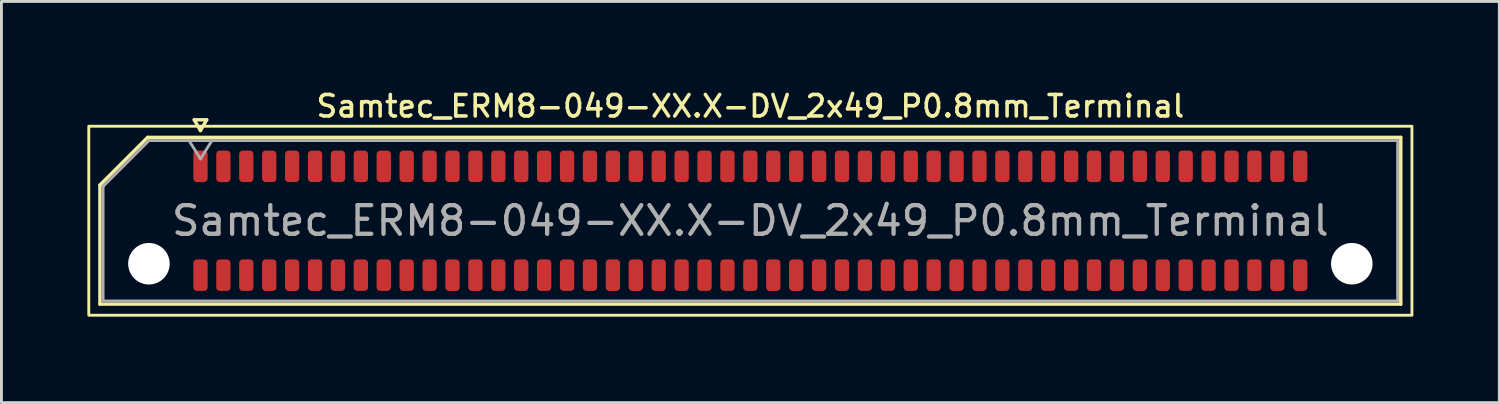
<source format=kicad_pcb>
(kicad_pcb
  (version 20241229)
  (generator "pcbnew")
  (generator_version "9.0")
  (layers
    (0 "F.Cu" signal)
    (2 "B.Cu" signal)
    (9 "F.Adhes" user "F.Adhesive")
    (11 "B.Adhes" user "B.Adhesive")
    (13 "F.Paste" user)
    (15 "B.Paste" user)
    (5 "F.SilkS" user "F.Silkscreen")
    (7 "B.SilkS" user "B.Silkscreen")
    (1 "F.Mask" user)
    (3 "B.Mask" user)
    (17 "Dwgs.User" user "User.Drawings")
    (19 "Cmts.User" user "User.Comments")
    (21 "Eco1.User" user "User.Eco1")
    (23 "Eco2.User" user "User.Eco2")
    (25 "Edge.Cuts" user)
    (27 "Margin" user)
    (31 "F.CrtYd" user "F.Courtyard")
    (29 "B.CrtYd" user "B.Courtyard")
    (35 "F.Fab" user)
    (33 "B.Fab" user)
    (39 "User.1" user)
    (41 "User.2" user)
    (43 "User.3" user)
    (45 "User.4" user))
  (footprint "Samtec_ERM8-049-XX.X-DV_2x49_P0.8mm_Terminal"
    (layer "F.Cu")
    (at 23.15 4.658)
    (property "Reference" "Samtec_ERM8-049-XX.X-DV_2x49_P0.8mm_Terminal" (at 0 -4 0) (layer "F.SilkS") (effects (font (size 0.75 0.75) (thickness 0.125))))
    (attr smd)
    (fp_line (start -22.71 -1.246) (end -21.046 -2.91) (stroke (width 0.12) (type solid)) (layer "F.SilkS"))
    (fp_line (start -22.71 2.91) (end -22.71 -1.246) (stroke (width 0.12) (type solid)) (layer "F.SilkS"))
    (fp_line (start -21.046 -2.91) (end 22.71 -2.91) (stroke (width 0.12) (type solid)) (layer "F.SilkS"))
    (fp_line (start -19.417 -3.525) (end -19.2 -3.15) (stroke (width 0.12) (type solid)) (layer "F.SilkS"))
    (fp_line (start -19.2 -3.15) (end -18.983 -3.525) (stroke (width 0.12) (type solid)) (layer "F.SilkS"))
    (fp_line (start -18.983 -3.525) (end -19.417 -3.525) (stroke (width 0.12) (type solid)) (layer "F.SilkS"))
    (fp_line (start 22.71 -2.91) (end 22.71 2.91) (stroke (width 0.12) (type solid)) (layer "F.SilkS"))
    (fp_line (start 22.71 2.91) (end -22.71 2.91) (stroke (width 0.12) (type solid)) (layer "F.SilkS"))
    (fp_rect (start -23.1 -3.3) (end 23.1 3.3) (stroke (width 0.1) (type solid)) (fill no) (layer "F.SilkS"))
    (fp_line (start -22.6 -1.2) (end -21 -2.8) (stroke (width 0.1) (type solid)) (layer "F.Fab"))
    (fp_line (start -22.6 2.8) (end -22.6 -1.2) (stroke (width 0.1) (type solid)) (layer "F.Fab"))
    (fp_line (start -21 -2.8) (end 22.6 -2.8) (stroke (width 0.1) (type solid)) (layer "F.Fab"))
    (fp_line (start -19.6 -2.8) (end -19.2 -2.16) (stroke (width 0.1) (type solid)) (layer "F.Fab"))
    (fp_line (start -19.2 -2.16) (end -18.8 -2.8) (stroke (width 0.1) (type solid)) (layer "F.Fab"))
    (fp_line (start 22.6 -2.8) (end 22.6 2.8) (stroke (width 0.1) (type solid)) (layer "F.Fab"))
    (fp_line (start 22.6 2.8) (end -22.6 2.8) (stroke (width 0.1) (type solid)) (layer "F.Fab"))
    (fp_text user "${REFERENCE}" (at 0 0 0) (layer "F.Fab") (effects (font (size 1 1) (thickness 0.15))))
    (pad "" np_thru_hole circle (at -21 1.5) (size 1.45 1.45) (drill 1.45) (layers "*.Cu" "*.Mask"))
    (pad "" np_thru_hole circle (at 21 1.5) (size 1.45 1.45) (drill 1.45) (layers "*.Cu" "*.Mask"))
    (pad "1" smd roundrect (at -19.2 -1.9) (size 0.5 1.1) (layers "F.Cu" "F.Mask" "F.Paste") (roundrect_rratio 0.25))
    (pad "2" smd roundrect (at -19.2 1.9) (size 0.5 1.1) (layers "F.Cu" "F.Mask" "F.Paste") (roundrect_rratio 0.25))
    (pad "3" smd roundrect (at -18.4 -1.9) (size 0.5 1.1) (layers "F.Cu" "F.Mask" "F.Paste") (roundrect_rratio 0.25))
    (pad "4" smd roundrect (at -18.4 1.9) (size 0.5 1.1) (layers "F.Cu" "F.Mask" "F.Paste") (roundrect_rratio 0.25))
    (pad "5" smd roundrect (at -17.6 -1.9) (size 0.5 1.1) (layers "F.Cu" "F.Mask" "F.Paste") (roundrect_rratio 0.25))
    (pad "6" smd roundrect (at -17.6 1.9) (size 0.5 1.1) (layers "F.Cu" "F.Mask" "F.Paste") (roundrect_rratio 0.25))
    (pad "7" smd roundrect (at -16.8 -1.9) (size 0.5 1.1) (layers "F.Cu" "F.Mask" "F.Paste") (roundrect_rratio 0.25))
    (pad "8" smd roundrect (at -16.8 1.9) (size 0.5 1.1) (layers "F.Cu" "F.Mask" "F.Paste") (roundrect_rratio 0.25))
    (pad "9" smd roundrect (at -16 -1.9) (size 0.5 1.1) (layers "F.Cu" "F.Mask" "F.Paste") (roundrect_rratio 0.25))
    (pad "10" smd roundrect (at -16 1.9) (size 0.5 1.1) (layers "F.Cu" "F.Mask" "F.Paste") (roundrect_rratio 0.25))
    (pad "11" smd roundrect (at -15.2 -1.9) (size 0.5 1.1) (layers "F.Cu" "F.Mask" "F.Paste") (roundrect_rratio 0.25))
    (pad "12" smd roundrect (at -15.2 1.9) (size 0.5 1.1) (layers "F.Cu" "F.Mask" "F.Paste") (roundrect_rratio 0.25))
    (pad "13" smd roundrect (at -14.4 -1.9) (size 0.5 1.1) (layers "F.Cu" "F.Mask" "F.Paste") (roundrect_rratio 0.25))
    (pad "14" smd roundrect (at -14.4 1.9) (size 0.5 1.1) (layers "F.Cu" "F.Mask" "F.Paste") (roundrect_rratio 0.25))
    (pad "15" smd roundrect (at -13.6 -1.9) (size 0.5 1.1) (layers "F.Cu" "F.Mask" "F.Paste") (roundrect_rratio 0.25))
    (pad "16" smd roundrect (at -13.6 1.9) (size 0.5 1.1) (layers "F.Cu" "F.Mask" "F.Paste") (roundrect_rratio 0.25))
    (pad "17" smd roundrect (at -12.8 -1.9) (size 0.5 1.1) (layers "F.Cu" "F.Mask" "F.Paste") (roundrect_rratio 0.25))
    (pad "18" smd roundrect (at -12.8 1.9) (size 0.5 1.1) (layers "F.Cu" "F.Mask" "F.Paste") (roundrect_rratio 0.25))
    (pad "19" smd roundrect (at -12 -1.9) (size 0.5 1.1) (layers "F.Cu" "F.Mask" "F.Paste") (roundrect_rratio 0.25))
    (pad "20" smd roundrect (at -12 1.9) (size 0.5 1.1) (layers "F.Cu" "F.Mask" "F.Paste") (roundrect_rratio 0.25))
    (pad "21" smd roundrect (at -11.2 -1.9) (size 0.5 1.1) (layers "F.Cu" "F.Mask" "F.Paste") (roundrect_rratio 0.25))
    (pad "22" smd roundrect (at -11.2 1.9) (size 0.5 1.1) (layers "F.Cu" "F.Mask" "F.Paste") (roundrect_rratio 0.25))
    (pad "23" smd roundrect (at -10.4 -1.9) (size 0.5 1.1) (layers "F.Cu" "F.Mask" "F.Paste") (roundrect_rratio 0.25))
    (pad "24" smd roundrect (at -10.4 1.9) (size 0.5 1.1) (layers "F.Cu" "F.Mask" "F.Paste") (roundrect_rratio 0.25))
    (pad "25" smd roundrect (at -9.6 -1.9) (size 0.5 1.1) (layers "F.Cu" "F.Mask" "F.Paste") (roundrect_rratio 0.25))
    (pad "26" smd roundrect (at -9.6 1.9) (size 0.5 1.1) (layers "F.Cu" "F.Mask" "F.Paste") (roundrect_rratio 0.25))
    (pad "27" smd roundrect (at -8.8 -1.9) (size 0.5 1.1) (layers "F.Cu" "F.Mask" "F.Paste") (roundrect_rratio 0.25))
    (pad "28" smd roundrect (at -8.8 1.9) (size 0.5 1.1) (layers "F.Cu" "F.Mask" "F.Paste") (roundrect_rratio 0.25))
    (pad "29" smd roundrect (at -8 -1.9) (size 0.5 1.1) (layers "F.Cu" "F.Mask" "F.Paste") (roundrect_rratio 0.25))
    (pad "30" smd roundrect (at -8 1.9) (size 0.5 1.1) (layers "F.Cu" "F.Mask" "F.Paste") (roundrect_rratio 0.25))
    (pad "31" smd roundrect (at -7.2 -1.9) (size 0.5 1.1) (layers "F.Cu" "F.Mask" "F.Paste") (roundrect_rratio 0.25))
    (pad "32" smd roundrect (at -7.2 1.9) (size 0.5 1.1) (layers "F.Cu" "F.Mask" "F.Paste") (roundrect_rratio 0.25))
    (pad "33" smd roundrect (at -6.4 -1.9) (size 0.5 1.1) (layers "F.Cu" "F.Mask" "F.Paste") (roundrect_rratio 0.25))
    (pad "34" smd roundrect (at -6.4 1.9) (size 0.5 1.1) (layers "F.Cu" "F.Mask" "F.Paste") (roundrect_rratio 0.25))
    (pad "35" smd roundrect (at -5.6 -1.9) (size 0.5 1.1) (layers "F.Cu" "F.Mask" "F.Paste") (roundrect_rratio 0.25))
    (pad "36" smd roundrect (at -5.6 1.9) (size 0.5 1.1) (layers "F.Cu" "F.Mask" "F.Paste") (roundrect_rratio 0.25))
    (pad "37" smd roundrect (at -4.8 -1.9) (size 0.5 1.1) (layers "F.Cu" "F.Mask" "F.Paste") (roundrect_rratio 0.25))
    (pad "38" smd roundrect (at -4.8 1.9) (size 0.5 1.1) (layers "F.Cu" "F.Mask" "F.Paste") (roundrect_rratio 0.25))
    (pad "39" smd roundrect (at -4 -1.9) (size 0.5 1.1) (layers "F.Cu" "F.Mask" "F.Paste") (roundrect_rratio 0.25))
    (pad "40" smd roundrect (at -4 1.9) (size 0.5 1.1) (layers "F.Cu" "F.Mask" "F.Paste") (roundrect_rratio 0.25))
    (pad "41" smd roundrect (at -3.2 -1.9) (size 0.5 1.1) (layers "F.Cu" "F.Mask" "F.Paste") (roundrect_rratio 0.25))
    (pad "42" smd roundrect (at -3.2 1.9) (size 0.5 1.1) (layers "F.Cu" "F.Mask" "F.Paste") (roundrect_rratio 0.25))
    (pad "43" smd roundrect (at -2.4 -1.9) (size 0.5 1.1) (layers "F.Cu" "F.Mask" "F.Paste") (roundrect_rratio 0.25))
    (pad "44" smd roundrect (at -2.4 1.9) (size 0.5 1.1) (layers "F.Cu" "F.Mask" "F.Paste") (roundrect_rratio 0.25))
    (pad "45" smd roundrect (at -1.6 -1.9) (size 0.5 1.1) (layers "F.Cu" "F.Mask" "F.Paste") (roundrect_rratio 0.25))
    (pad "46" smd roundrect (at -1.6 1.9) (size 0.5 1.1) (layers "F.Cu" "F.Mask" "F.Paste") (roundrect_rratio 0.25))
    (pad "47" smd roundrect (at -0.8 -1.9) (size 0.5 1.1) (layers "F.Cu" "F.Mask" "F.Paste") (roundrect_rratio 0.25))
    (pad "48" smd roundrect (at -0.8 1.9) (size 0.5 1.1) (layers "F.Cu" "F.Mask" "F.Paste") (roundrect_rratio 0.25))
    (pad "49" smd roundrect (at 0 -1.9) (size 0.5 1.1) (layers "F.Cu" "F.Mask" "F.Paste") (roundrect_rratio 0.25))
    (pad "50" smd roundrect (at 0 1.9) (size 0.5 1.1) (layers "F.Cu" "F.Mask" "F.Paste") (roundrect_rratio 0.25))
    (pad "51" smd roundrect (at 0.8 -1.9) (size 0.5 1.1) (layers "F.Cu" "F.Mask" "F.Paste") (roundrect_rratio 0.25))
    (pad "52" smd roundrect (at 0.8 1.9) (size 0.5 1.1) (layers "F.Cu" "F.Mask" "F.Paste") (roundrect_rratio 0.25))
    (pad "53" smd roundrect (at 1.6 -1.9) (size 0.5 1.1) (layers "F.Cu" "F.Mask" "F.Paste") (roundrect_rratio 0.25))
    (pad "54" smd roundrect (at 1.6 1.9) (size 0.5 1.1) (layers "F.Cu" "F.Mask" "F.Paste") (roundrect_rratio 0.25))
    (pad "55" smd roundrect (at 2.4 -1.9) (size 0.5 1.1) (layers "F.Cu" "F.Mask" "F.Paste") (roundrect_rratio 0.25))
    (pad "56" smd roundrect (at 2.4 1.9) (size 0.5 1.1) (layers "F.Cu" "F.Mask" "F.Paste") (roundrect_rratio 0.25))
    (pad "57" smd roundrect (at 3.2 -1.9) (size 0.5 1.1) (layers "F.Cu" "F.Mask" "F.Paste") (roundrect_rratio 0.25))
    (pad "58" smd roundrect (at 3.2 1.9) (size 0.5 1.1) (layers "F.Cu" "F.Mask" "F.Paste") (roundrect_rratio 0.25))
    (pad "59" smd roundrect (at 4 -1.9) (size 0.5 1.1) (layers "F.Cu" "F.Mask" "F.Paste") (roundrect_rratio 0.25))
    (pad "60" smd roundrect (at 4 1.9) (size 0.5 1.1) (layers "F.Cu" "F.Mask" "F.Paste") (roundrect_rratio 0.25))
    (pad "61" smd roundrect (at 4.8 -1.9) (size 0.5 1.1) (layers "F.Cu" "F.Mask" "F.Paste") (roundrect_rratio 0.25))
    (pad "62" smd roundrect (at 4.8 1.9) (size 0.5 1.1) (layers "F.Cu" "F.Mask" "F.Paste") (roundrect_rratio 0.25))
    (pad "63" smd roundrect (at 5.6 -1.9) (size 0.5 1.1) (layers "F.Cu" "F.Mask" "F.Paste") (roundrect_rratio 0.25))
    (pad "64" smd roundrect (at 5.6 1.9) (size 0.5 1.1) (layers "F.Cu" "F.Mask" "F.Paste") (roundrect_rratio 0.25))
    (pad "65" smd roundrect (at 6.4 -1.9) (size 0.5 1.1) (layers "F.Cu" "F.Mask" "F.Paste") (roundrect_rratio 0.25))
    (pad "66" smd roundrect (at 6.4 1.9) (size 0.5 1.1) (layers "F.Cu" "F.Mask" "F.Paste") (roundrect_rratio 0.25))
    (pad "67" smd roundrect (at 7.2 -1.9) (size 0.5 1.1) (layers "F.Cu" "F.Mask" "F.Paste") (roundrect_rratio 0.25))
    (pad "68" smd roundrect (at 7.2 1.9) (size 0.5 1.1) (layers "F.Cu" "F.Mask" "F.Paste") (roundrect_rratio 0.25))
    (pad "69" smd roundrect (at 8 -1.9) (size 0.5 1.1) (layers "F.Cu" "F.Mask" "F.Paste") (roundrect_rratio 0.25))
    (pad "70" smd roundrect (at 8 1.9) (size 0.5 1.1) (layers "F.Cu" "F.Mask" "F.Paste") (roundrect_rratio 0.25))
    (pad "71" smd roundrect (at 8.8 -1.9) (size 0.5 1.1) (layers "F.Cu" "F.Mask" "F.Paste") (roundrect_rratio 0.25))
    (pad "72" smd roundrect (at 8.8 1.9) (size 0.5 1.1) (layers "F.Cu" "F.Mask" "F.Paste") (roundrect_rratio 0.25))
    (pad "73" smd roundrect (at 9.6 -1.9) (size 0.5 1.1) (layers "F.Cu" "F.Mask" "F.Paste") (roundrect_rratio 0.25))
    (pad "74" smd roundrect (at 9.6 1.9) (size 0.5 1.1) (layers "F.Cu" "F.Mask" "F.Paste") (roundrect_rratio 0.25))
    (pad "75" smd roundrect (at 10.4 -1.9) (size 0.5 1.1) (layers "F.Cu" "F.Mask" "F.Paste") (roundrect_rratio 0.25))
    (pad "76" smd roundrect (at 10.4 1.9) (size 0.5 1.1) (layers "F.Cu" "F.Mask" "F.Paste") (roundrect_rratio 0.25))
    (pad "77" smd roundrect (at 11.2 -1.9) (size 0.5 1.1) (layers "F.Cu" "F.Mask" "F.Paste") (roundrect_rratio 0.25))
    (pad "78" smd roundrect (at 11.2 1.9) (size 0.5 1.1) (layers "F.Cu" "F.Mask" "F.Paste") (roundrect_rratio 0.25))
    (pad "79" smd roundrect (at 12 -1.9) (size 0.5 1.1) (layers "F.Cu" "F.Mask" "F.Paste") (roundrect_rratio 0.25))
    (pad "80" smd roundrect (at 12 1.9) (size 0.5 1.1) (layers "F.Cu" "F.Mask" "F.Paste") (roundrect_rratio 0.25))
    (pad "81" smd roundrect (at 12.8 -1.9) (size 0.5 1.1) (layers "F.Cu" "F.Mask" "F.Paste") (roundrect_rratio 0.25))
    (pad "82" smd roundrect (at 12.8 1.9) (size 0.5 1.1) (layers "F.Cu" "F.Mask" "F.Paste") (roundrect_rratio 0.25))
    (pad "83" smd roundrect (at 13.6 -1.9) (size 0.5 1.1) (layers "F.Cu" "F.Mask" "F.Paste") (roundrect_rratio 0.25))
    (pad "84" smd roundrect (at 13.6 1.9) (size 0.5 1.1) (layers "F.Cu" "F.Mask" "F.Paste") (roundrect_rratio 0.25))
    (pad "85" smd roundrect (at 14.4 -1.9) (size 0.5 1.1) (layers "F.Cu" "F.Mask" "F.Paste") (roundrect_rratio 0.25))
    (pad "86" smd roundrect (at 14.4 1.9) (size 0.5 1.1) (layers "F.Cu" "F.Mask" "F.Paste") (roundrect_rratio 0.25))
    (pad "87" smd roundrect (at 15.2 -1.9) (size 0.5 1.1) (layers "F.Cu" "F.Mask" "F.Paste") (roundrect_rratio 0.25))
    (pad "88" smd roundrect (at 15.2 1.9) (size 0.5 1.1) (layers "F.Cu" "F.Mask" "F.Paste") (roundrect_rratio 0.25))
    (pad "89" smd roundrect (at 16 -1.9) (size 0.5 1.1) (layers "F.Cu" "F.Mask" "F.Paste") (roundrect_rratio 0.25))
    (pad "90" smd roundrect (at 16 1.9) (size 0.5 1.1) (layers "F.Cu" "F.Mask" "F.Paste") (roundrect_rratio 0.25))
    (pad "91" smd roundrect (at 16.8 -1.9) (size 0.5 1.1) (layers "F.Cu" "F.Mask" "F.Paste") (roundrect_rratio 0.25))
    (pad "92" smd roundrect (at 16.8 1.9) (size 0.5 1.1) (layers "F.Cu" "F.Mask" "F.Paste") (roundrect_rratio 0.25))
    (pad "93" smd roundrect (at 17.6 -1.9) (size 0.5 1.1) (layers "F.Cu" "F.Mask" "F.Paste") (roundrect_rratio 0.25))
    (pad "94" smd roundrect (at 17.6 1.9) (size 0.5 1.1) (layers "F.Cu" "F.Mask" "F.Paste") (roundrect_rratio 0.25))
    (pad "95" smd roundrect (at 18.4 -1.9) (size 0.5 1.1) (layers "F.Cu" "F.Mask" "F.Paste") (roundrect_rratio 0.25))
    (pad "96" smd roundrect (at 18.4 1.9) (size 0.5 1.1) (layers "F.Cu" "F.Mask" "F.Paste") (roundrect_rratio 0.25))
    (pad "97" smd roundrect (at 19.2 -1.9) (size 0.5 1.1) (layers "F.Cu" "F.Mask" "F.Paste") (roundrect_rratio 0.25))
    (pad "98" smd roundrect (at 19.2 1.9) (size 0.5 1.1) (layers "F.Cu" "F.Mask" "F.Paste") (roundrect_rratio 0.25)))
  (gr_rect
    (start -3 -3)
    (end 49.3 11.008)
    (stroke (width 0.1) (type default))
    (fill no)
    (layer "Edge.Cuts")))
</source>
